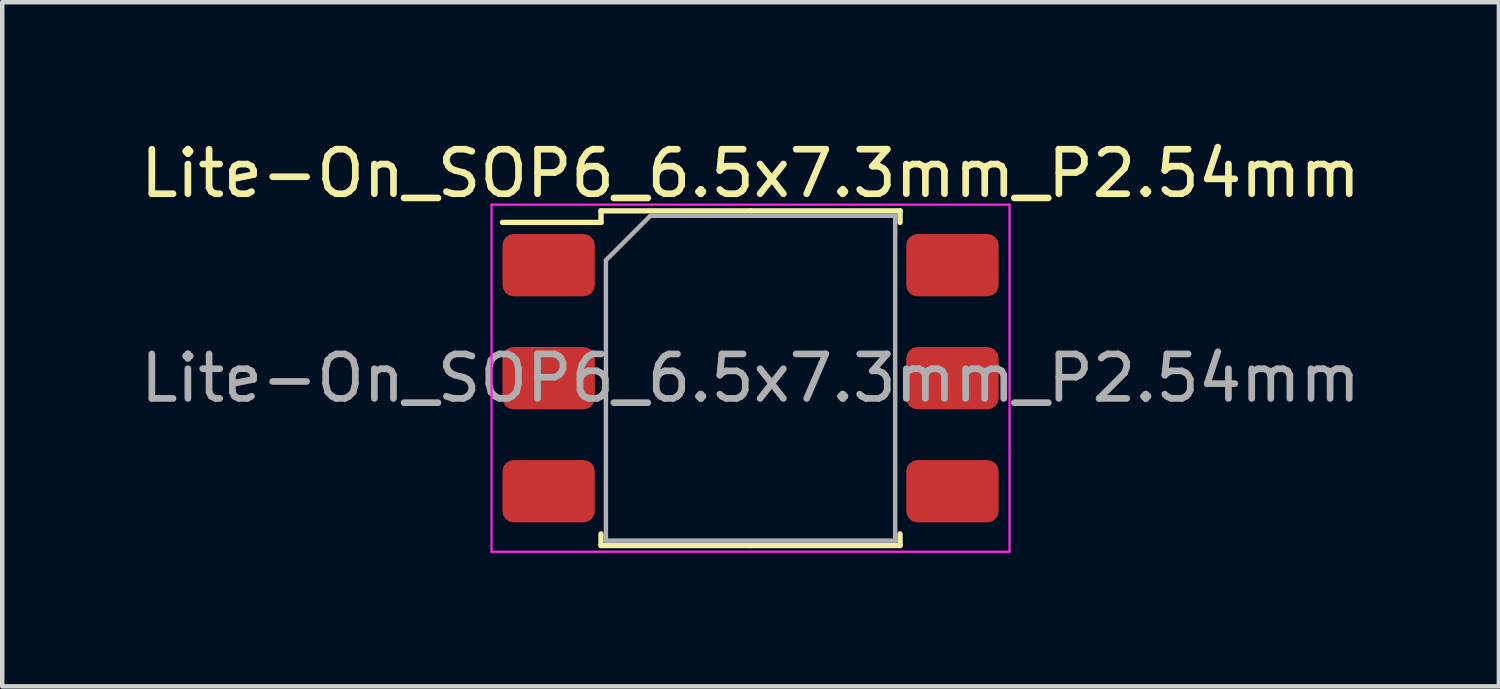
<source format=kicad_pcb>
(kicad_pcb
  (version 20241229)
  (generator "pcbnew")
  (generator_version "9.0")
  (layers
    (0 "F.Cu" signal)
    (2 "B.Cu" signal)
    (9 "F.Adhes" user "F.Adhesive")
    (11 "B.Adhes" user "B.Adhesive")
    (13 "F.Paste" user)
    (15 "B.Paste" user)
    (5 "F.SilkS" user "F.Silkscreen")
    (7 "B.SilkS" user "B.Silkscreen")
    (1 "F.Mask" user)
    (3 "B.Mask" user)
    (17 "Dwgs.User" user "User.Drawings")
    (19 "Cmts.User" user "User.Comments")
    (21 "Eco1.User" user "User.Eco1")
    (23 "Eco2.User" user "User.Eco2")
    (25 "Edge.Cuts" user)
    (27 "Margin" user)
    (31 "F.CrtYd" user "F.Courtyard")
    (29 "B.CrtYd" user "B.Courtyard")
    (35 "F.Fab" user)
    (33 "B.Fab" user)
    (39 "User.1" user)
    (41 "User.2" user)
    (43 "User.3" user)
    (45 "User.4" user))
  (footprint "Lite-On_SOP6_6.5x7.3mm_P2.54mm"
    (layer "F.Cu")
    (at 13.815 5.448)
    (property "Reference" "Lite-On_SOP6_6.5x7.3mm_P2.54mm" (at 0 -4.6 0) (layer "F.SilkS") (effects (font (size 1 1) (thickness 0.15))))
    (attr smd)
    (fp_line (start -3.36 -3.76) (end -3.36 -3.5) (stroke (width 0.12) (type solid)) (layer "F.SilkS"))
    (fp_line (start -3.36 -3.5) (end -5.575 -3.5) (stroke (width 0.12) (type solid)) (layer "F.SilkS"))
    (fp_line (start -3.36 3.76) (end -3.36 3.5) (stroke (width 0.12) (type solid)) (layer "F.SilkS"))
    (fp_line (start 0 -3.76) (end -3.36 -3.76) (stroke (width 0.12) (type solid)) (layer "F.SilkS"))
    (fp_line (start 0 -3.76) (end 3.36 -3.76) (stroke (width 0.12) (type solid)) (layer "F.SilkS"))
    (fp_line (start 0 3.76) (end -3.36 3.76) (stroke (width 0.12) (type solid)) (layer "F.SilkS"))
    (fp_line (start 0 3.76) (end 3.36 3.76) (stroke (width 0.12) (type solid)) (layer "F.SilkS"))
    (fp_line (start 3.36 -3.76) (end 3.36 -3.5) (stroke (width 0.12) (type solid)) (layer "F.SilkS"))
    (fp_line (start 3.36 3.76) (end 3.36 3.5) (stroke (width 0.12) (type solid)) (layer "F.SilkS"))
    (fp_line (start -5.82 -3.9) (end -5.82 3.9) (stroke (width 0.05) (type solid)) (layer "F.CrtYd"))
    (fp_line (start -5.82 3.9) (end 5.82 3.9) (stroke (width 0.05) (type solid)) (layer "F.CrtYd"))
    (fp_line (start 5.82 -3.9) (end -5.82 -3.9) (stroke (width 0.05) (type solid)) (layer "F.CrtYd"))
    (fp_line (start 5.82 3.9) (end 5.82 -3.9) (stroke (width 0.05) (type solid)) (layer "F.CrtYd"))
    (fp_line (start -3.25 -2.65) (end -2.25 -3.65) (stroke (width 0.1) (type solid)) (layer "F.Fab"))
    (fp_line (start -3.25 3.65) (end -3.25 -2.65) (stroke (width 0.1) (type solid)) (layer "F.Fab"))
    (fp_line (start -2.25 -3.65) (end 3.25 -3.65) (stroke (width 0.1) (type solid)) (layer "F.Fab"))
    (fp_line (start 3.25 -3.65) (end 3.25 3.65) (stroke (width 0.1) (type solid)) (layer "F.Fab"))
    (fp_line (start 3.25 3.65) (end -3.25 3.65) (stroke (width 0.1) (type solid)) (layer "F.Fab"))
    (fp_text user "${REFERENCE}" (at 0 0 0) (layer "F.Fab") (effects (font (size 1 1) (thickness 0.15))))
    (pad "1" smd roundrect (at -4.537 -2.54) (size 2.075 1.4) (layers "F.Cu" "F.Mask" "F.Paste") (roundrect_rratio 0.179))
    (pad "2" smd roundrect (at -4.537 0) (size 2.075 1.4) (layers "F.Cu" "F.Mask" "F.Paste") (roundrect_rratio 0.179))
    (pad "3" smd roundrect (at -4.537 2.54) (size 2.075 1.4) (layers "F.Cu" "F.Mask" "F.Paste") (roundrect_rratio 0.179))
    (pad "4" smd roundrect (at 4.537 2.54) (size 2.075 1.4) (layers "F.Cu" "F.Mask" "F.Paste") (roundrect_rratio 0.179))
    (pad "5" smd roundrect (at 4.537 0) (size 2.075 1.4) (layers "F.Cu" "F.Mask" "F.Paste") (roundrect_rratio 0.179))
    (pad "6" smd roundrect (at 4.537 -2.54) (size 2.075 1.4) (layers "F.Cu" "F.Mask" "F.Paste") (roundrect_rratio 0.179)))
  (gr_rect
    (start -3 -3)
    (end 30.631 12.373)
    (stroke (width 0.1) (type default))
    (fill no)
    (layer "Edge.Cuts")))
</source>
